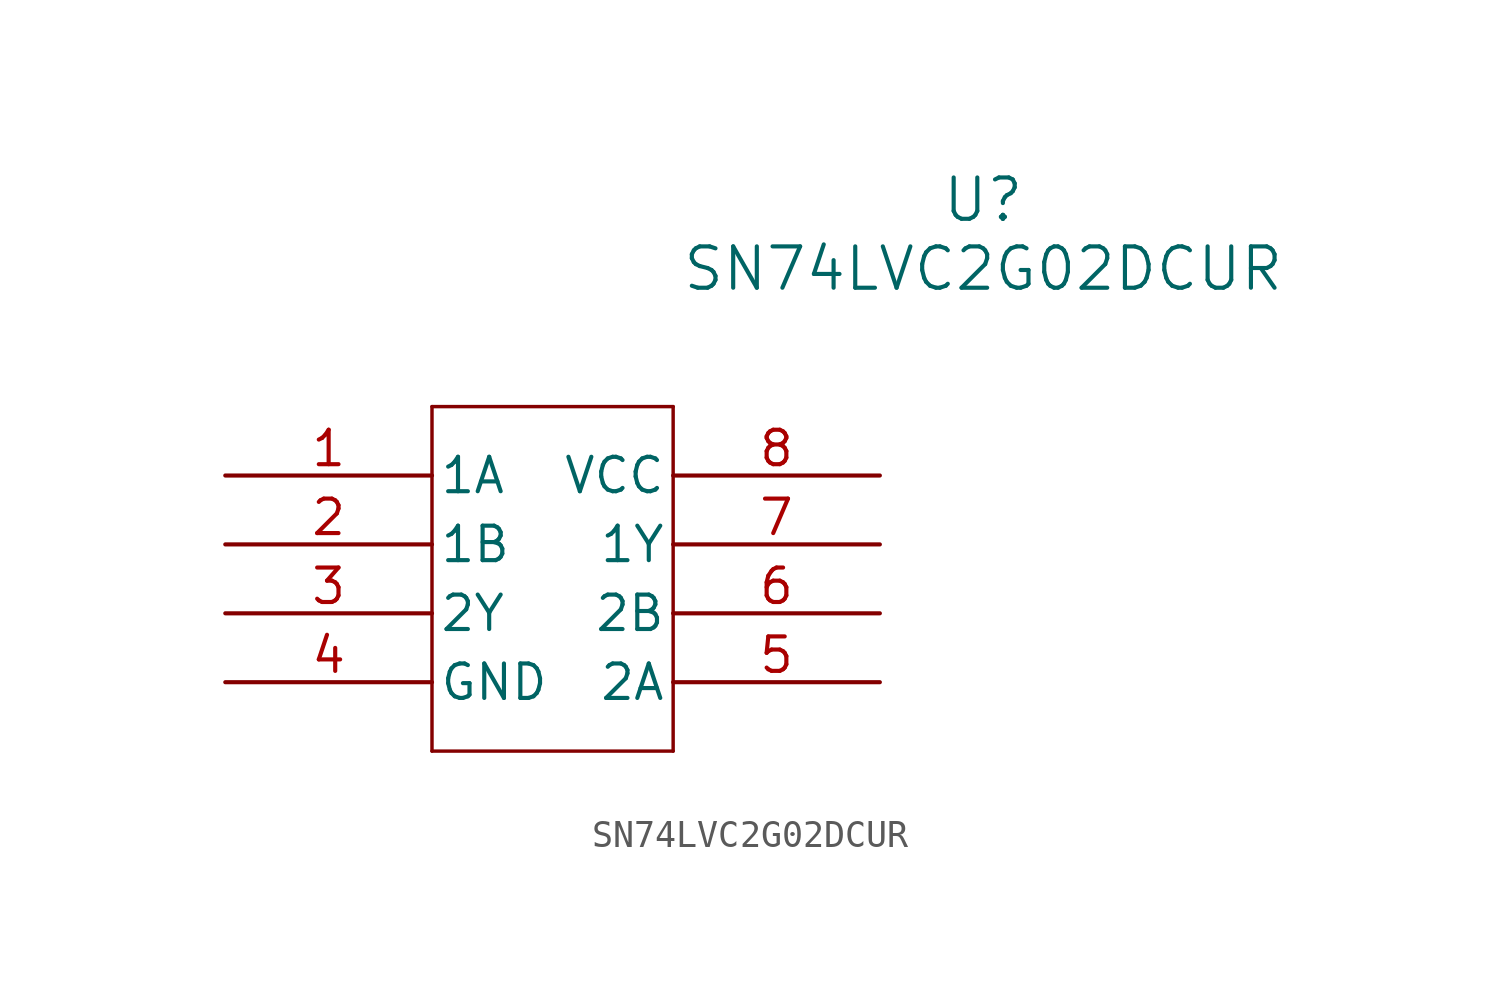
<source format=kicad_sym>
(kicad_symbol_lib
  (version 20231120)
  (generator "kicad_symbol_editor")
  (generator_version "8.0")
  (symbol "SN74LVC2G02DCUR"
    (pin_names
      (offset 0.254))
    (property "Reference" "U"
      (at 27.94 10.16 0)
      (effects (font (size 1.524 1.524))))
    (property "Value" "SN74LVC2G02DCUR"
      (at 27.94 7.62 0)
      (effects (font (size 1.524 1.524))))
    (property "ki_locked" ""
      (at 0 0 0)
      (effects (font (size 1.27 1.27))))
    (symbol "SN74LVC2G02DCUR_0_1"
      (polyline (pts (xy 7.62 -10.16) (xy 16.51 -10.16)) (stroke (width 0.127) (type default)) (fill (type none)))
      (polyline (pts (xy 7.62 2.54) (xy 7.62 -10.16)) (stroke (width 0.127) (type default)) (fill (type none)))
      (polyline (pts (xy 16.51 -10.16) (xy 16.51 2.54)) (stroke (width 0.127) (type default)) (fill (type none)))
      (polyline (pts (xy 16.51 2.54) (xy 7.62 2.54)) (stroke (width 0.127) (type default)) (fill (type none)))
      (pin input line (at 0 0 0) (length 7.62) (name "1A" (effects (font (size 1.27 1.27)))) (number "1" (effects (font (size 1.27 1.27)))))
      (pin input line (at 0 -2.54 0) (length 7.62) (name "1B" (effects (font (size 1.27 1.27)))) (number "2" (effects (font (size 1.27 1.27)))))
      (pin output line (at 0 -5.08 0) (length 7.62) (name "2Y" (effects (font (size 1.27 1.27)))) (number "3" (effects (font (size 1.27 1.27)))))
      (pin power_in line (at 0 -7.62 0) (length 7.62) (name "GND" (effects (font (size 1.27 1.27)))) (number "4" (effects (font (size 1.27 1.27)))))
      (pin input line (at 24.13 -7.62 180) (length 7.62) (name "2A" (effects (font (size 1.27 1.27)))) (number "5" (effects (font (size 1.27 1.27)))))
      (pin input line (at 24.13 -5.08 180) (length 7.62) (name "2B" (effects (font (size 1.27 1.27)))) (number "6" (effects (font (size 1.27 1.27)))))
      (pin output line (at 24.13 -2.54 180) (length 7.62) (name "1Y" (effects (font (size 1.27 1.27)))) (number "7" (effects (font (size 1.27 1.27)))))
      (pin power_in line (at 24.13 0 180) (length 7.62) (name "VCC" (effects (font (size 1.27 1.27)))) (number "8" (effects (font (size 1.27 1.27))))))))
</source>
